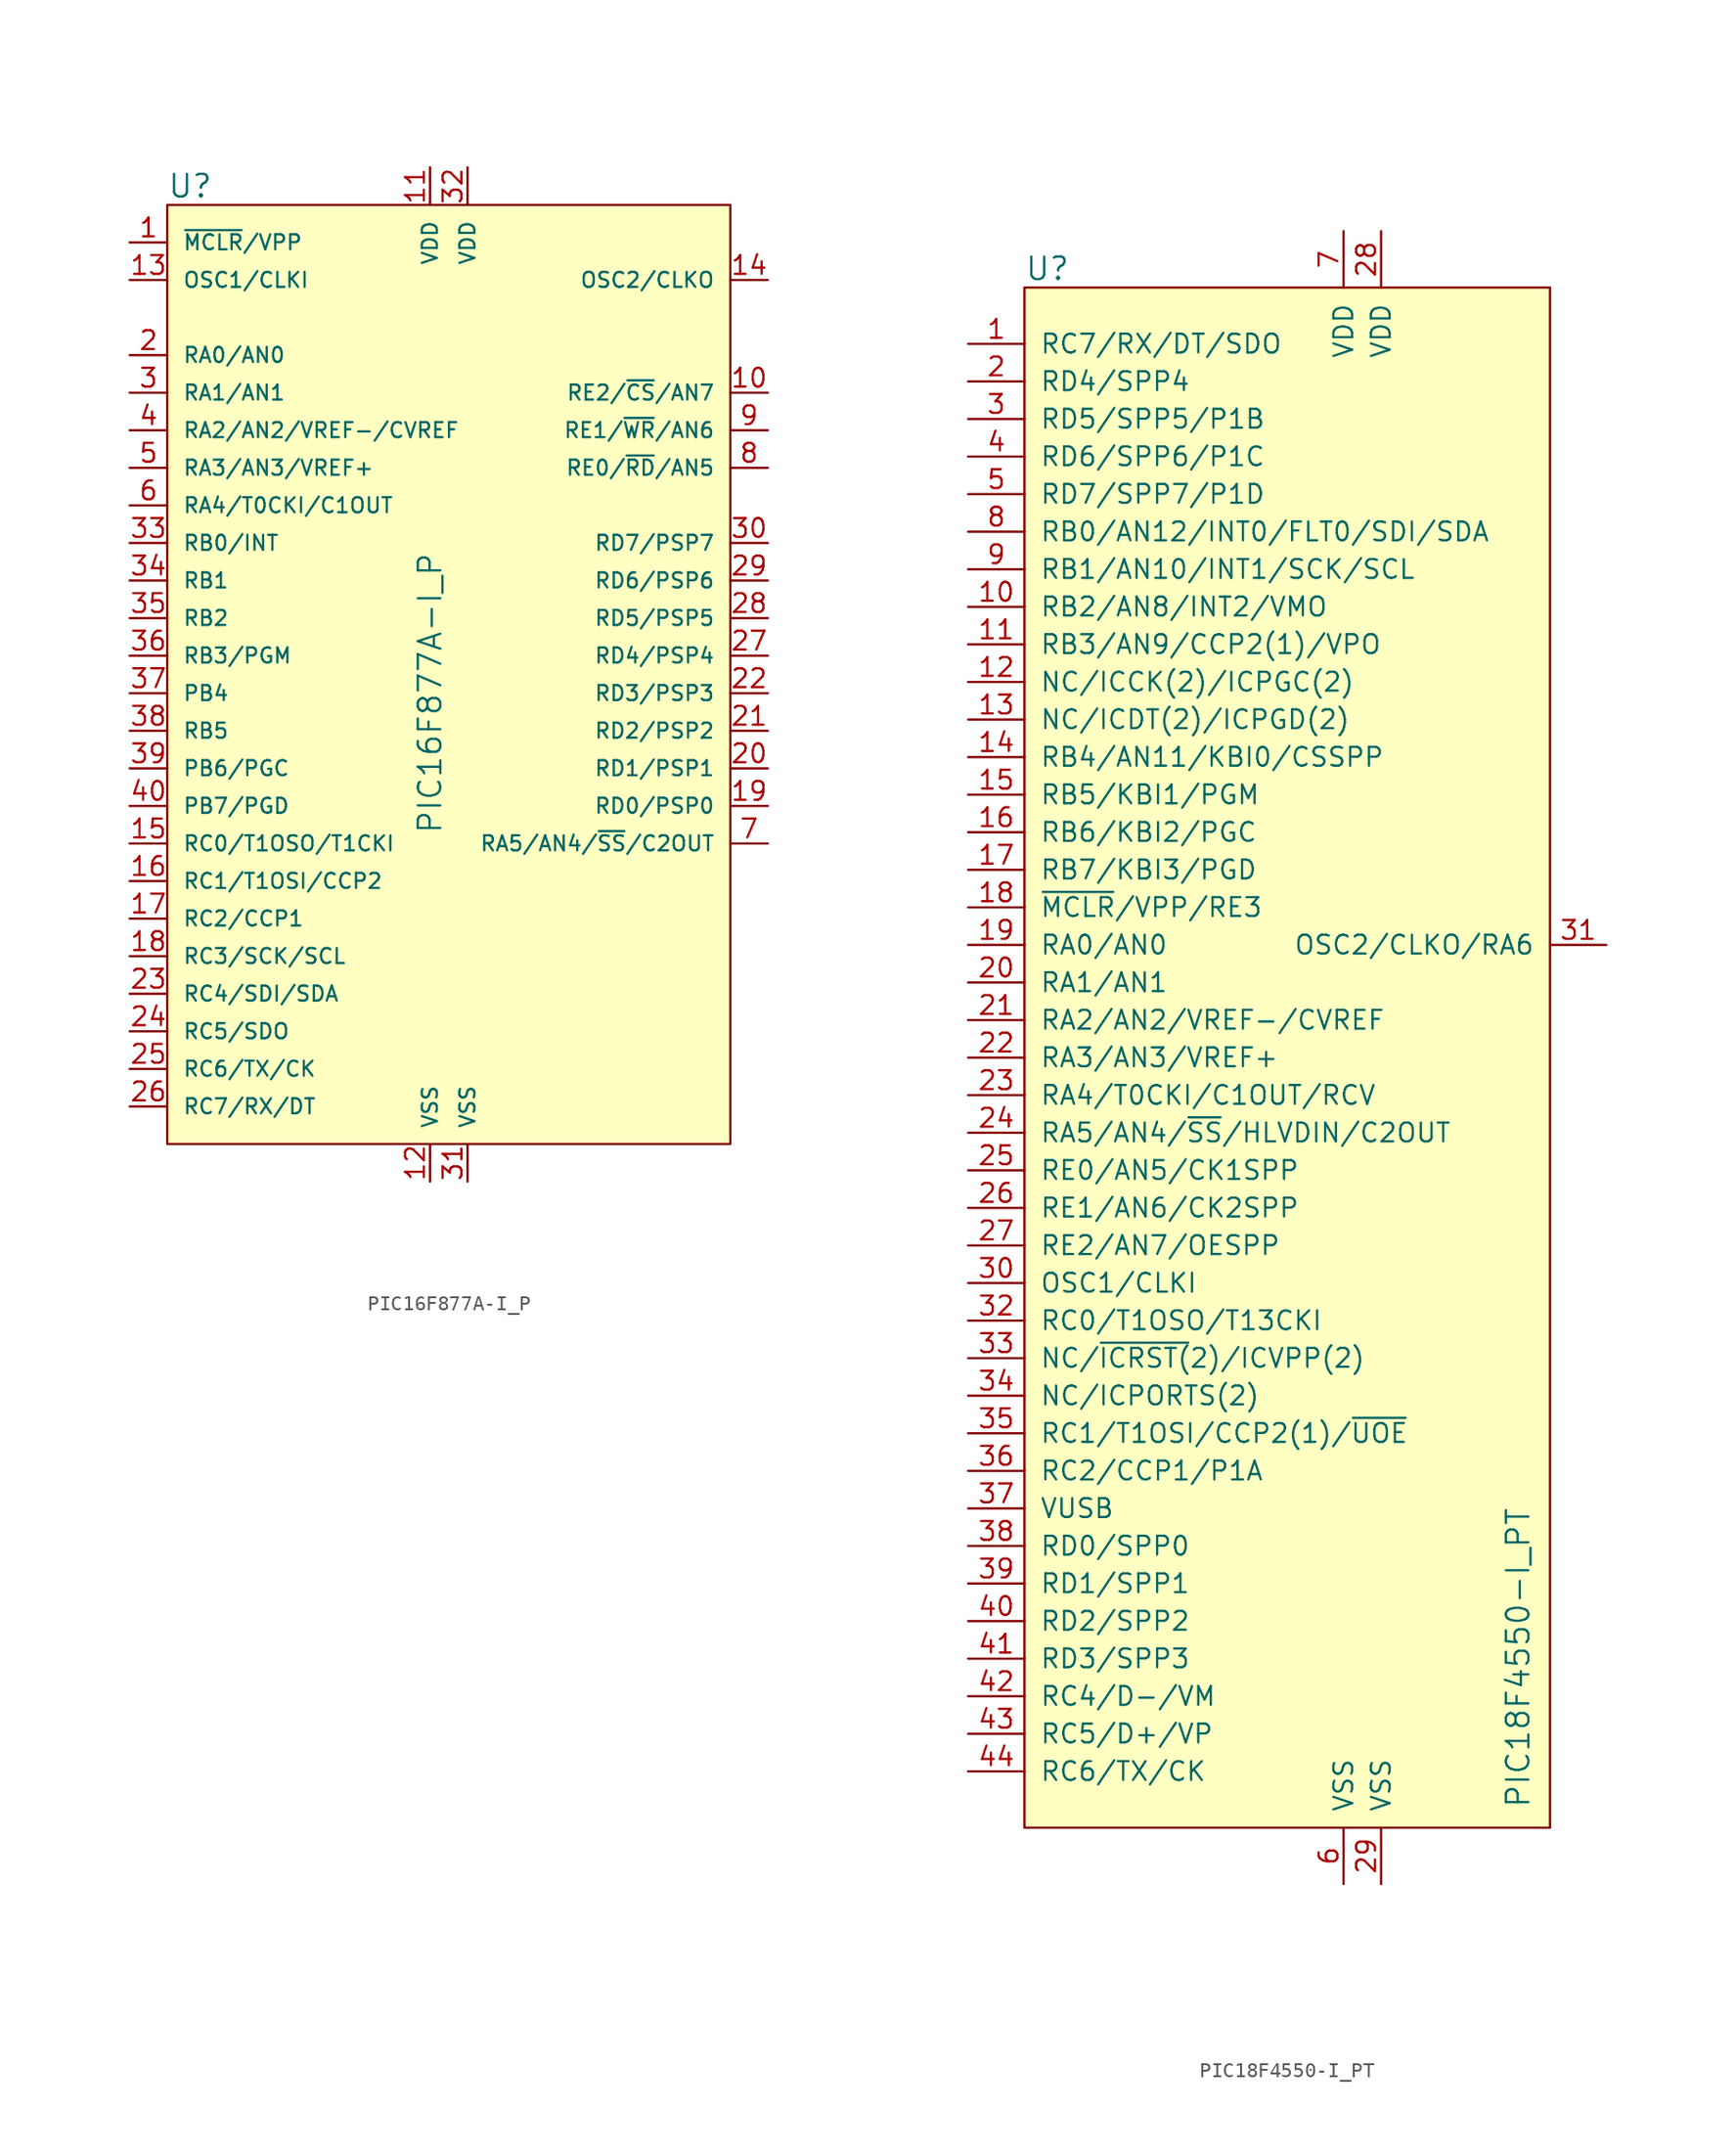
<source format=kicad_sym>
(kicad_symbol_lib
  (version 20211014)
  (generator kicad_symbol_editor)
  (symbol "PIC16F877A-I_P"
    (pin_names
      (offset 1.016))
    (property "Reference" "U"
      (at -17.78 34.29 0)
      (effects (font (size 1.524 1.524)) (justify left)))
    (property "Value" "PIC16F877A-I_P"
      (at 0 0 90)
      (effects (font (size 1.524 1.524))))
    (symbol "PIC16F877A-I_P_0_1"
      (rectangle (start -17.78 33.02) (end 20.32 -30.48) (stroke (width 0) (type default) (color 0 0 0 0)) (fill (type background))))
    (symbol "PIC16F877A-I_P_1_1"
      (pin input line (at -20.32 30.48 0) (length 2.54) (name "~{MCLR}/VPP" (effects (font (size 1.016 1.016)))) (number "1" (effects (font (size 1.27 1.27)))))
      (pin bidirectional line (at 22.86 20.32 180) (length 2.54) (name "RE2/~{CS}/AN7" (effects (font (size 1.016 1.016)))) (number "10" (effects (font (size 1.27 1.27)))))
      (pin power_in line (at 0 35.56 270) (length 2.54) (name "VDD" (effects (font (size 1.016 1.016)))) (number "11" (effects (font (size 1.27 1.27)))))
      (pin power_in line (at 0 -33.02 90) (length 2.54) (name "VSS" (effects (font (size 1.016 1.016)))) (number "12" (effects (font (size 1.27 1.27)))))
      (pin input line (at -20.32 27.94 0) (length 2.54) (name "OSC1/CLKI" (effects (font (size 1.016 1.016)))) (number "13" (effects (font (size 1.27 1.27)))))
      (pin output line (at 22.86 27.94 180) (length 2.54) (name "OSC2/CLKO" (effects (font (size 1.016 1.016)))) (number "14" (effects (font (size 1.27 1.27)))))
      (pin bidirectional line (at -20.32 -10.16 0) (length 2.54) (name "RC0/T1OSO/T1CKI" (effects (font (size 1.016 1.016)))) (number "15" (effects (font (size 1.27 1.27)))))
      (pin bidirectional line (at -20.32 -12.7 0) (length 2.54) (name "RC1/T1OSI/CCP2" (effects (font (size 1.016 1.016)))) (number "16" (effects (font (size 1.27 1.27)))))
      (pin bidirectional line (at -20.32 -15.24 0) (length 2.54) (name "RC2/CCP1" (effects (font (size 1.016 1.016)))) (number "17" (effects (font (size 1.27 1.27)))))
      (pin bidirectional line (at -20.32 -17.78 0) (length 2.54) (name "RC3/SCK/SCL" (effects (font (size 1.016 1.016)))) (number "18" (effects (font (size 1.27 1.27)))))
      (pin bidirectional line (at 22.86 -7.62 180) (length 2.54) (name "RD0/PSP0" (effects (font (size 1.016 1.016)))) (number "19" (effects (font (size 1.27 1.27)))))
      (pin bidirectional line (at -20.32 22.86 0) (length 2.54) (name "RA0/AN0" (effects (font (size 1.016 1.016)))) (number "2" (effects (font (size 1.27 1.27)))))
      (pin bidirectional line (at 22.86 -5.08 180) (length 2.54) (name "RD1/PSP1" (effects (font (size 1.016 1.016)))) (number "20" (effects (font (size 1.27 1.27)))))
      (pin bidirectional line (at 22.86 -2.54 180) (length 2.54) (name "RD2/PSP2" (effects (font (size 1.016 1.016)))) (number "21" (effects (font (size 1.27 1.27)))))
      (pin bidirectional line (at 22.86 0 180) (length 2.54) (name "RD3/PSP3" (effects (font (size 1.016 1.016)))) (number "22" (effects (font (size 1.27 1.27)))))
      (pin bidirectional line (at -20.32 -20.32 0) (length 2.54) (name "RC4/SDI/SDA" (effects (font (size 1.016 1.016)))) (number "23" (effects (font (size 1.27 1.27)))))
      (pin bidirectional line (at -20.32 -22.86 0) (length 2.54) (name "RC5/SDO" (effects (font (size 1.016 1.016)))) (number "24" (effects (font (size 1.27 1.27)))))
      (pin bidirectional line (at -20.32 -25.4 0) (length 2.54) (name "RC6/TX/CK" (effects (font (size 1.016 1.016)))) (number "25" (effects (font (size 1.27 1.27)))))
      (pin bidirectional line (at -20.32 -27.94 0) (length 2.54) (name "RC7/RX/DT" (effects (font (size 1.016 1.016)))) (number "26" (effects (font (size 1.27 1.27)))))
      (pin bidirectional line (at 22.86 2.54 180) (length 2.54) (name "RD4/PSP4" (effects (font (size 1.016 1.016)))) (number "27" (effects (font (size 1.27 1.27)))))
      (pin bidirectional line (at 22.86 5.08 180) (length 2.54) (name "RD5/PSP5" (effects (font (size 1.016 1.016)))) (number "28" (effects (font (size 1.27 1.27)))))
      (pin bidirectional line (at 22.86 7.62 180) (length 2.54) (name "RD6/PSP6" (effects (font (size 1.016 1.016)))) (number "29" (effects (font (size 1.27 1.27)))))
      (pin bidirectional line (at -20.32 20.32 0) (length 2.54) (name "RA1/AN1" (effects (font (size 1.016 1.016)))) (number "3" (effects (font (size 1.27 1.27)))))
      (pin bidirectional line (at 22.86 10.16 180) (length 2.54) (name "RD7/PSP7" (effects (font (size 1.016 1.016)))) (number "30" (effects (font (size 1.27 1.27)))))
      (pin power_in line (at 2.54 -33.02 90) (length 2.54) (name "VSS" (effects (font (size 1.016 1.016)))) (number "31" (effects (font (size 1.27 1.27)))))
      (pin power_in line (at 2.54 35.56 270) (length 2.54) (name "VDD" (effects (font (size 1.016 1.016)))) (number "32" (effects (font (size 1.27 1.27)))))
      (pin bidirectional line (at -20.32 10.16 0) (length 2.54) (name "RB0/INT" (effects (font (size 1.016 1.016)))) (number "33" (effects (font (size 1.27 1.27)))))
      (pin bidirectional line (at -20.32 7.62 0) (length 2.54) (name "RB1" (effects (font (size 1.016 1.016)))) (number "34" (effects (font (size 1.27 1.27)))))
      (pin bidirectional line (at -20.32 5.08 0) (length 2.54) (name "RB2" (effects (font (size 1.016 1.016)))) (number "35" (effects (font (size 1.27 1.27)))))
      (pin bidirectional line (at -20.32 2.54 0) (length 2.54) (name "RB3/PGM" (effects (font (size 1.016 1.016)))) (number "36" (effects (font (size 1.27 1.27)))))
      (pin bidirectional line (at -20.32 0 0) (length 2.54) (name "PB4" (effects (font (size 1.016 1.016)))) (number "37" (effects (font (size 1.27 1.27)))))
      (pin bidirectional line (at -20.32 -2.54 0) (length 2.54) (name "RB5" (effects (font (size 1.016 1.016)))) (number "38" (effects (font (size 1.27 1.27)))))
      (pin bidirectional line (at -20.32 -5.08 0) (length 2.54) (name "PB6/PGC" (effects (font (size 1.016 1.016)))) (number "39" (effects (font (size 1.27 1.27)))))
      (pin bidirectional line (at -20.32 17.78 0) (length 2.54) (name "RA2/AN2/VREF-/CVREF" (effects (font (size 1.016 1.016)))) (number "4" (effects (font (size 1.27 1.27)))))
      (pin bidirectional line (at -20.32 -7.62 0) (length 2.54) (name "PB7/PGD" (effects (font (size 1.016 1.016)))) (number "40" (effects (font (size 1.27 1.27)))))
      (pin bidirectional line (at -20.32 15.24 0) (length 2.54) (name "RA3/AN3/VREF+" (effects (font (size 1.016 1.016)))) (number "5" (effects (font (size 1.27 1.27)))))
      (pin bidirectional line (at -20.32 12.7 0) (length 2.54) (name "RA4/T0CKI/C1OUT" (effects (font (size 1.016 1.016)))) (number "6" (effects (font (size 1.27 1.27)))))
      (pin bidirectional line (at 22.86 -10.16 180) (length 2.54) (name "RA5/AN4/~{SS}/C2OUT" (effects (font (size 1.016 1.016)))) (number "7" (effects (font (size 1.27 1.27)))))
      (pin bidirectional line (at 22.86 15.24 180) (length 2.54) (name "RE0/~{RD}/AN5" (effects (font (size 1.016 1.016)))) (number "8" (effects (font (size 1.27 1.27)))))
      (pin bidirectional line (at 22.86 17.78 180) (length 2.54) (name "RE1/~{WR}/AN6" (effects (font (size 1.016 1.016)))) (number "9" (effects (font (size 1.27 1.27)))))))
  (symbol "PIC18F4550-I_PT"
    (pin_names
      (offset 1.016))
    (property "Reference" "U"
      (at -21.59 35.56 0)
      (effects (font (size 1.524 1.524)) (justify left)))
    (property "Value" "PIC18F4550-I_PT"
      (at 12.7 -68.58 90)
      (effects (font (size 1.524 1.524)) (justify left bottom)))
    (symbol "PIC18F4550-I_PT_0_1"
      (rectangle (start -21.59 34.29) (end 13.97 -69.85) (stroke (width 0) (type default) (color 0 0 0 0)) (fill (type background))))
    (symbol "PIC18F4550-I_PT_1_1"
      (pin bidirectional line (at -25.4 30.48 0) (length 3.81) (name "RC7/RX/DT/SDO" (effects (font (size 1.27 1.27)))) (number "1" (effects (font (size 1.27 1.27)))))
      (pin bidirectional line (at -25.4 12.7 0) (length 3.81) (name "RB2/AN8/INT2/VMO" (effects (font (size 1.27 1.27)))) (number "10" (effects (font (size 1.27 1.27)))))
      (pin bidirectional line (at -25.4 10.16 0) (length 3.81) (name "RB3/AN9/CCP2(1)/VPO" (effects (font (size 1.27 1.27)))) (number "11" (effects (font (size 1.27 1.27)))))
      (pin bidirectional line (at -25.4 7.62 0) (length 3.81) (name "NC/ICCK(2)/ICPGC(2)" (effects (font (size 1.27 1.27)))) (number "12" (effects (font (size 1.27 1.27)))))
      (pin bidirectional line (at -25.4 5.08 0) (length 3.81) (name "NC/ICDT(2)/ICPGD(2)" (effects (font (size 1.27 1.27)))) (number "13" (effects (font (size 1.27 1.27)))))
      (pin bidirectional line (at -25.4 2.54 0) (length 3.81) (name "RB4/AN11/KBI0/CSSPP" (effects (font (size 1.27 1.27)))) (number "14" (effects (font (size 1.27 1.27)))))
      (pin bidirectional line (at -25.4 0 0) (length 3.81) (name "RB5/KBI1/PGM" (effects (font (size 1.27 1.27)))) (number "15" (effects (font (size 1.27 1.27)))))
      (pin bidirectional line (at -25.4 -2.54 0) (length 3.81) (name "RB6/KBI2/PGC" (effects (font (size 1.27 1.27)))) (number "16" (effects (font (size 1.27 1.27)))))
      (pin bidirectional line (at -25.4 -5.08 0) (length 3.81) (name "RB7/KBI3/PGD" (effects (font (size 1.27 1.27)))) (number "17" (effects (font (size 1.27 1.27)))))
      (pin input line (at -25.4 -7.62 0) (length 3.81) (name "~{MCLR}/VPP/RE3" (effects (font (size 1.27 1.27)))) (number "18" (effects (font (size 1.27 1.27)))))
      (pin bidirectional line (at -25.4 -10.16 0) (length 3.81) (name "RA0/AN0" (effects (font (size 1.27 1.27)))) (number "19" (effects (font (size 1.27 1.27)))))
      (pin bidirectional line (at -25.4 27.94 0) (length 3.81) (name "RD4/SPP4" (effects (font (size 1.27 1.27)))) (number "2" (effects (font (size 1.27 1.27)))))
      (pin bidirectional line (at -25.4 -12.7 0) (length 3.81) (name "RA1/AN1" (effects (font (size 1.27 1.27)))) (number "20" (effects (font (size 1.27 1.27)))))
      (pin bidirectional line (at -25.4 -15.24 0) (length 3.81) (name "RA2/AN2/VREF-/CVREF" (effects (font (size 1.27 1.27)))) (number "21" (effects (font (size 1.27 1.27)))))
      (pin bidirectional line (at -25.4 -17.78 0) (length 3.81) (name "RA3/AN3/VREF+" (effects (font (size 1.27 1.27)))) (number "22" (effects (font (size 1.27 1.27)))))
      (pin bidirectional line (at -25.4 -20.32 0) (length 3.81) (name "RA4/T0CKI/C1OUT/RCV" (effects (font (size 1.27 1.27)))) (number "23" (effects (font (size 1.27 1.27)))))
      (pin bidirectional line (at -25.4 -22.86 0) (length 3.81) (name "RA5/AN4/~{SS}/HLVDIN/C2OUT" (effects (font (size 1.27 1.27)))) (number "24" (effects (font (size 1.27 1.27)))))
      (pin bidirectional line (at -25.4 -25.4 0) (length 3.81) (name "RE0/AN5/CK1SPP" (effects (font (size 1.27 1.27)))) (number "25" (effects (font (size 1.27 1.27)))))
      (pin bidirectional line (at -25.4 -27.94 0) (length 3.81) (name "RE1/AN6/CK2SPP" (effects (font (size 1.27 1.27)))) (number "26" (effects (font (size 1.27 1.27)))))
      (pin bidirectional line (at -25.4 -30.48 0) (length 3.81) (name "RE2/AN7/OESPP" (effects (font (size 1.27 1.27)))) (number "27" (effects (font (size 1.27 1.27)))))
      (pin power_in line (at 2.54 38.1 270) (length 3.81) (name "VDD" (effects (font (size 1.27 1.27)))) (number "28" (effects (font (size 1.27 1.27)))))
      (pin power_in line (at 2.54 -73.66 90) (length 3.81) (name "VSS" (effects (font (size 1.27 1.27)))) (number "29" (effects (font (size 1.27 1.27)))))
      (pin bidirectional line (at -25.4 25.4 0) (length 3.81) (name "RD5/SPP5/P1B" (effects (font (size 1.27 1.27)))) (number "3" (effects (font (size 1.27 1.27)))))
      (pin input line (at -25.4 -33.02 0) (length 3.81) (name "OSC1/CLKI" (effects (font (size 1.27 1.27)))) (number "30" (effects (font (size 1.27 1.27)))))
      (pin output line (at 17.78 -10.16 180) (length 3.81) (name "OSC2/CLKO/RA6" (effects (font (size 1.27 1.27)))) (number "31" (effects (font (size 1.27 1.27)))))
      (pin bidirectional line (at -25.4 -35.56 0) (length 3.81) (name "RC0/T1OSO/T13CKI" (effects (font (size 1.27 1.27)))) (number "32" (effects (font (size 1.27 1.27)))))
      (pin input line (at -25.4 -38.1 0) (length 3.81) (name "NC/~{ICRST(}2)/ICVPP(2)" (effects (font (size 1.27 1.27)))) (number "33" (effects (font (size 1.27 1.27)))))
      (pin input line (at -25.4 -40.64 0) (length 3.81) (name "NC/ICPORTS(2)" (effects (font (size 1.27 1.27)))) (number "34" (effects (font (size 1.27 1.27)))))
      (pin bidirectional line (at -25.4 -43.18 0) (length 3.81) (name "RC1/T1OSI/CCP2(1)/~{UOE}" (effects (font (size 1.27 1.27)))) (number "35" (effects (font (size 1.27 1.27)))))
      (pin bidirectional line (at -25.4 -45.72 0) (length 3.81) (name "RC2/CCP1/P1A" (effects (font (size 1.27 1.27)))) (number "36" (effects (font (size 1.27 1.27)))))
      (pin bidirectional line (at -25.4 -48.26 0) (length 3.81) (name "VUSB" (effects (font (size 1.27 1.27)))) (number "37" (effects (font (size 1.27 1.27)))))
      (pin bidirectional line (at -25.4 -50.8 0) (length 3.81) (name "RD0/SPP0" (effects (font (size 1.27 1.27)))) (number "38" (effects (font (size 1.27 1.27)))))
      (pin bidirectional line (at -25.4 -53.34 0) (length 3.81) (name "RD1/SPP1" (effects (font (size 1.27 1.27)))) (number "39" (effects (font (size 1.27 1.27)))))
      (pin bidirectional line (at -25.4 22.86 0) (length 3.81) (name "RD6/SPP6/P1C" (effects (font (size 1.27 1.27)))) (number "4" (effects (font (size 1.27 1.27)))))
      (pin bidirectional line (at -25.4 -55.88 0) (length 3.81) (name "RD2/SPP2" (effects (font (size 1.27 1.27)))) (number "40" (effects (font (size 1.27 1.27)))))
      (pin bidirectional line (at -25.4 -58.42 0) (length 3.81) (name "RD3/SPP3" (effects (font (size 1.27 1.27)))) (number "41" (effects (font (size 1.27 1.27)))))
      (pin bidirectional line (at -25.4 -60.96 0) (length 3.81) (name "RC4/D-/VM" (effects (font (size 1.27 1.27)))) (number "42" (effects (font (size 1.27 1.27)))))
      (pin bidirectional line (at -25.4 -63.5 0) (length 3.81) (name "RC5/D+/VP" (effects (font (size 1.27 1.27)))) (number "43" (effects (font (size 1.27 1.27)))))
      (pin bidirectional line (at -25.4 -66.04 0) (length 3.81) (name "RC6/TX/CK" (effects (font (size 1.27 1.27)))) (number "44" (effects (font (size 1.27 1.27)))))
      (pin bidirectional line (at -25.4 20.32 0) (length 3.81) (name "RD7/SPP7/P1D" (effects (font (size 1.27 1.27)))) (number "5" (effects (font (size 1.27 1.27)))))
      (pin power_in line (at 0 -73.66 90) (length 3.81) (name "VSS" (effects (font (size 1.27 1.27)))) (number "6" (effects (font (size 1.27 1.27)))))
      (pin power_in line (at 0 38.1 270) (length 3.81) (name "VDD" (effects (font (size 1.27 1.27)))) (number "7" (effects (font (size 1.27 1.27)))))
      (pin bidirectional line (at -25.4 17.78 0) (length 3.81) (name "RB0/AN12/INT0/FLT0/SDI/SDA" (effects (font (size 1.27 1.27)))) (number "8" (effects (font (size 1.27 1.27)))))
      (pin bidirectional line (at -25.4 15.24 0) (length 3.81) (name "RB1/AN10/INT1/SCK/SCL" (effects (font (size 1.27 1.27)))) (number "9" (effects (font (size 1.27 1.27))))))))
</source>
